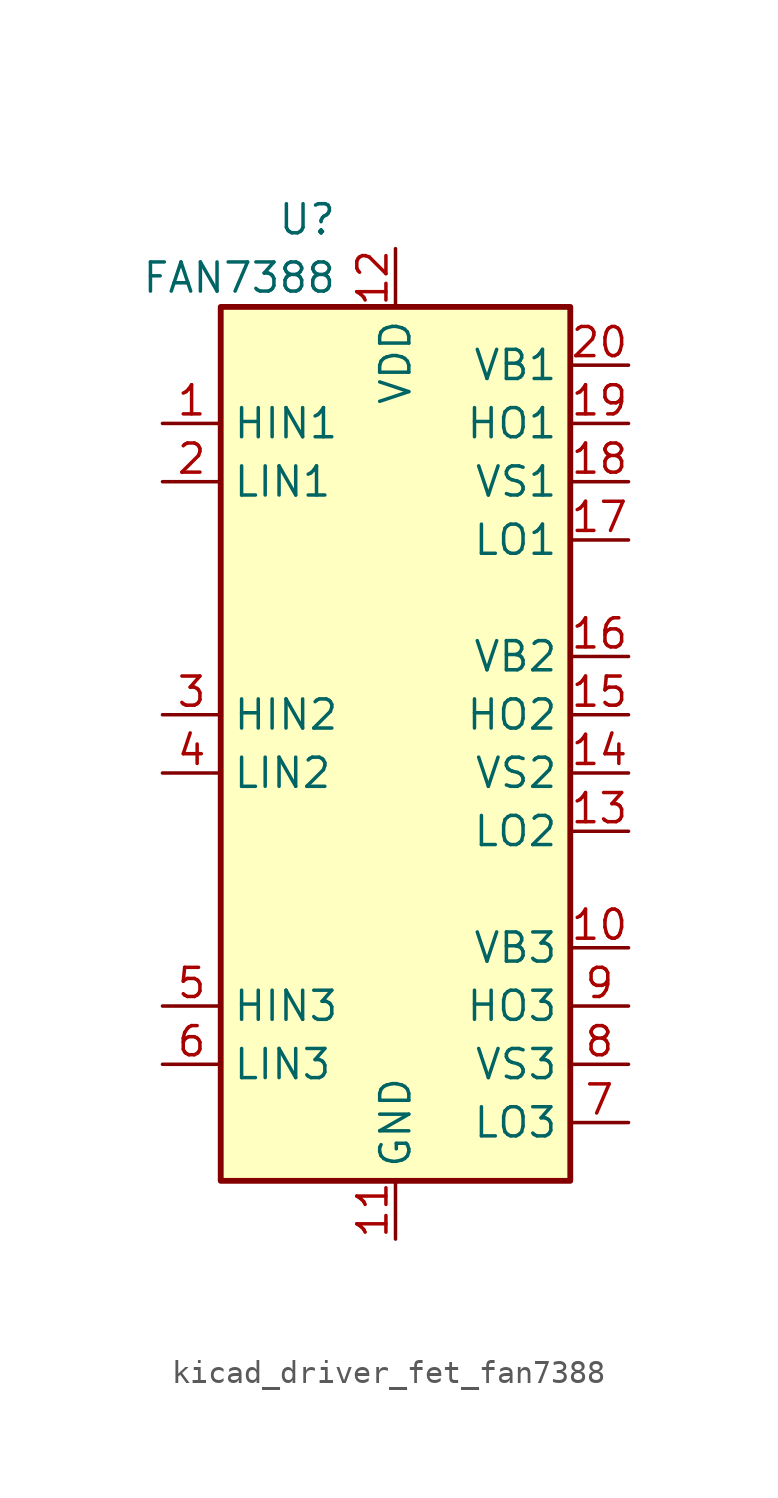
<source format=kicad_sym>
(kicad_symbol_lib
  (version 20220914)
  (generator kicad_symbol_editor)
  (symbol "kicad_driver_fet_fan7388"
    (property "Reference" "U"
      (at -2.54 24.13 0)
      (effects (font (size 1.27 1.27)) (justify right)))
    (property "Value" "FAN7388"
      (at -2.54 21.59 0)
      (effects (font (size 1.27 1.27)) (justify right)))
    (symbol "kicad_driver_fet_fan7388_0_1"
      (rectangle (start -7.62 20.32) (end 7.62 -17.78) (stroke (width 0.254) (type default)) (fill (type background))))
    (symbol "kicad_driver_fet_fan7388_1_1"
      (pin input line (at -10.16 15.24 0) (length 2.54) (name "HIN1" (effects (font (size 1.27 1.27)))) (number "1" (effects (font (size 1.27 1.27)))))
      (pin passive line (at 10.16 -7.62 180) (length 2.54) (name "VB3" (effects (font (size 1.27 1.27)))) (number "10" (effects (font (size 1.27 1.27)))))
      (pin power_in line (at 0 -20.32 90) (length 2.54) (name "GND" (effects (font (size 1.27 1.27)))) (number "11" (effects (font (size 1.27 1.27)))))
      (pin power_in line (at 0 22.86 270) (length 2.54) (name "VDD" (effects (font (size 1.27 1.27)))) (number "12" (effects (font (size 1.27 1.27)))))
      (pin output line (at 10.16 -2.54 180) (length 2.54) (name "LO2" (effects (font (size 1.27 1.27)))) (number "13" (effects (font (size 1.27 1.27)))))
      (pin passive line (at 10.16 0 180) (length 2.54) (name "VS2" (effects (font (size 1.27 1.27)))) (number "14" (effects (font (size 1.27 1.27)))))
      (pin output line (at 10.16 2.54 180) (length 2.54) (name "HO2" (effects (font (size 1.27 1.27)))) (number "15" (effects (font (size 1.27 1.27)))))
      (pin passive line (at 10.16 5.08 180) (length 2.54) (name "VB2" (effects (font (size 1.27 1.27)))) (number "16" (effects (font (size 1.27 1.27)))))
      (pin output line (at 10.16 10.16 180) (length 2.54) (name "LO1" (effects (font (size 1.27 1.27)))) (number "17" (effects (font (size 1.27 1.27)))))
      (pin passive line (at 10.16 12.7 180) (length 2.54) (name "VS1" (effects (font (size 1.27 1.27)))) (number "18" (effects (font (size 1.27 1.27)))))
      (pin output line (at 10.16 15.24 180) (length 2.54) (name "HO1" (effects (font (size 1.27 1.27)))) (number "19" (effects (font (size 1.27 1.27)))))
      (pin input line (at -10.16 12.7 0) (length 2.54) (name "LIN1" (effects (font (size 1.27 1.27)))) (number "2" (effects (font (size 1.27 1.27)))))
      (pin passive line (at 10.16 17.78 180) (length 2.54) (name "VB1" (effects (font (size 1.27 1.27)))) (number "20" (effects (font (size 1.27 1.27)))))
      (pin input line (at -10.16 2.54 0) (length 2.54) (name "HIN2" (effects (font (size 1.27 1.27)))) (number "3" (effects (font (size 1.27 1.27)))))
      (pin input line (at -10.16 0 0) (length 2.54) (name "LIN2" (effects (font (size 1.27 1.27)))) (number "4" (effects (font (size 1.27 1.27)))))
      (pin input line (at -10.16 -10.16 0) (length 2.54) (name "HIN3" (effects (font (size 1.27 1.27)))) (number "5" (effects (font (size 1.27 1.27)))))
      (pin input line (at -10.16 -12.7 0) (length 2.54) (name "LIN3" (effects (font (size 1.27 1.27)))) (number "6" (effects (font (size 1.27 1.27)))))
      (pin output line (at 10.16 -15.24 180) (length 2.54) (name "LO3" (effects (font (size 1.27 1.27)))) (number "7" (effects (font (size 1.27 1.27)))))
      (pin passive line (at 10.16 -12.7 180) (length 2.54) (name "VS3" (effects (font (size 1.27 1.27)))) (number "8" (effects (font (size 1.27 1.27)))))
      (pin output line (at 10.16 -10.16 180) (length 2.54) (name "HO3" (effects (font (size 1.27 1.27)))) (number "9" (effects (font (size 1.27 1.27))))))))
</source>
